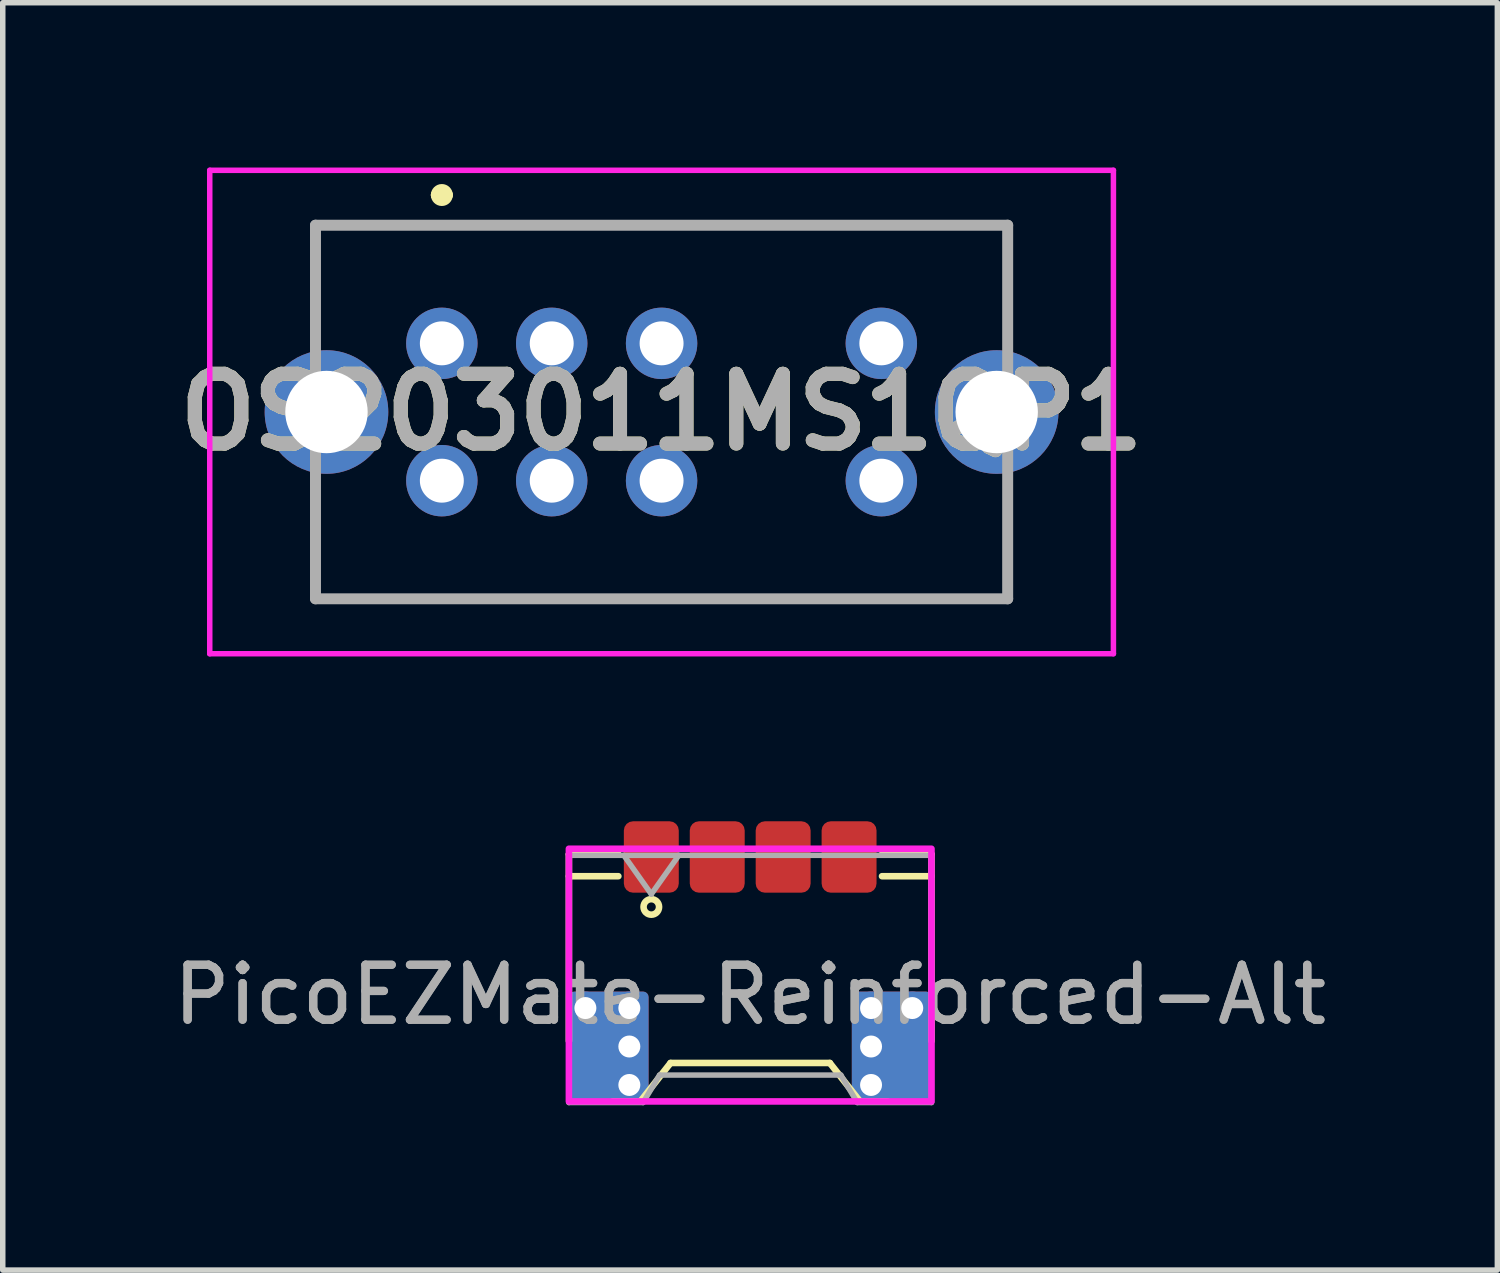
<source format=kicad_pcb>
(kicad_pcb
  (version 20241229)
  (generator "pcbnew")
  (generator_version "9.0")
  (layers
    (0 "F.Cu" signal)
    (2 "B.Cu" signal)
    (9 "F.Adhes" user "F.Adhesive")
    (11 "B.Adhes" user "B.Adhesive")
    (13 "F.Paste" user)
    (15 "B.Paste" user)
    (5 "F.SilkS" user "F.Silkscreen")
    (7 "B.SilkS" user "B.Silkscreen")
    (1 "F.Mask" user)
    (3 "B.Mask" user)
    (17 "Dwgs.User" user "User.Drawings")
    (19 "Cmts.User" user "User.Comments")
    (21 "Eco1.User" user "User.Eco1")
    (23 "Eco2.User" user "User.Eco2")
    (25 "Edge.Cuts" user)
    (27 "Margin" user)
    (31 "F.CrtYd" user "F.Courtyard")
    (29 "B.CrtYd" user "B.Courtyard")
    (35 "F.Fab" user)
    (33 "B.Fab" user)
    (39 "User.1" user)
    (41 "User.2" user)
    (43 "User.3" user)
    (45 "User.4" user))
  (footprint "PicoEZMate-Reinforced-Alt"
    (layer "F.Cu")
    (at 10.606 14.5)
    (property "Reference" "PicoEZMate-Reinforced-Alt" (at 0 0.557 0) (layer "F.Fab") (effects (font (size 1 1) (thickness 0.15))))
    (attr smd)
    (fp_line (start -3.3 -2) (end -3.3 1.4) (stroke (width 0.12) (type solid)) (layer "F.SilkS"))
    (fp_line (start -3.3 -2) (end -2.4 -2) (stroke (width 0.12) (type solid)) (layer "F.SilkS"))
    (fp_line (start -2.4 -1.6) (end -3.3 -1.6) (stroke (width 0.12) (type solid)) (layer "F.SilkS"))
    (fp_line (start -2 2.5) (end -2.5 2.5) (stroke (width 0.12) (type solid)) (layer "F.SilkS"))
    (fp_line (start -1.45 1.8) (end -2 2.5) (stroke (width 0.12) (type solid)) (layer "F.SilkS"))
    (fp_line (start 1.45 1.8) (end -1.45 1.8) (stroke (width 0.12) (type solid)) (layer "F.SilkS"))
    (fp_line (start 2 2.5) (end 1.45 1.8) (stroke (width 0.12) (type solid)) (layer "F.SilkS"))
    (fp_line (start 2 2.5) (end 2.5 2.5) (stroke (width 0.12) (type solid)) (layer "F.SilkS"))
    (fp_line (start 2.4 -2) (end 3.3 -2) (stroke (width 0.12) (type solid)) (layer "F.SilkS"))
    (fp_line (start 3.3 -2) (end 3.3 1.4) (stroke (width 0.12) (type solid)) (layer "F.SilkS"))
    (fp_line (start 3.3 -1.6) (end 2.4 -1.6) (stroke (width 0.12) (type solid)) (layer "F.SilkS"))
    (fp_circle (center -1.8 -1.041) (end -1.7 -1.141) (stroke (width 0.12) (type solid)) (fill no) (layer "F.SilkS"))
    (fp_rect (start -3.3 -2.1) (end 3.3 2.5) (stroke (width 0.12) (type solid)) (fill no) (layer "F.CrtYd"))
    (fp_line (start -3.3 -1.98) (end -3.3 2.52) (stroke (width 0.1) (type solid)) (layer "F.Fab"))
    (fp_line (start -3.3 -1.98) (end 3.3 -1.98) (stroke (width 0.1) (type solid)) (layer "F.Fab"))
    (fp_line (start -3.3 2.52) (end -1.95 2.52) (stroke (width 0.1) (type solid)) (layer "F.Fab"))
    (fp_line (start -2.3 -1.98) (end -1.8 -1.273) (stroke (width 0.1) (type solid)) (layer "F.Fab"))
    (fp_line (start -1.95 2.52) (end -1.65 2.02) (stroke (width 0.1) (type solid)) (layer "F.Fab"))
    (fp_line (start -1.8 -1.273) (end -1.3 -1.98) (stroke (width 0.1) (type solid)) (layer "F.Fab"))
    (fp_line (start -1.65 2.02) (end 1.65 2.02) (stroke (width 0.1) (type solid)) (layer "F.Fab"))
    (fp_line (start 1.65 2.02) (end 1.95 2.52) (stroke (width 0.1) (type solid)) (layer "F.Fab"))
    (fp_line (start 1.95 2.52) (end 3.3 2.52) (stroke (width 0.1) (type solid)) (layer "F.Fab"))
    (fp_line (start 3.3 -1.98) (end 3.3 2.52) (stroke (width 0.1) (type solid)) (layer "F.Fab"))
    (fp_text user "${REFERENCE}" (at -0.004 0.557 0) (layer "F.Fab") (effects (font (size 1 1) (thickness 0.15))))
    (pad "" smd roundrect (at -2.95 2) (size 0.7 1) (layers "F.Mask" "F.Paste") (roundrect_rratio 0.143))
    (pad "" smd roundrect (at -1.8 -2) (size 0.75 1.2) (layers "F.Mask" "F.Paste") (roundrect_rratio 0.167))
    (pad "" smd roundrect (at -0.6 -2) (size 0.75 1.2) (layers "F.Mask" "F.Paste") (roundrect_rratio 0.167))
    (pad "" smd roundrect (at 0.6 -2) (size 0.75 1.2) (layers "F.Mask" "F.Paste") (roundrect_rratio 0.167))
    (pad "" smd roundrect (at 1.8 -2) (size 0.75 1.2) (layers "F.Mask" "F.Paste") (roundrect_rratio 0.167))
    (pad "" smd roundrect (at 2.95 2) (size 0.7 1) (layers "F.Mask" "F.Paste") (roundrect_rratio 0.143))
    (pad "1" smd roundrect (at -1.8 -1.95) (size 1 1.3) (layers "F.Cu") (roundrect_rratio 0.167))
    (pad "2" smd roundrect (at -0.6 -1.95) (size 1 1.3) (layers "F.Cu") (roundrect_rratio 0.167))
    (pad "3" smd roundrect (at 0.6 -1.95) (size 1 1.3) (layers "F.Cu") (roundrect_rratio 0.167))
    (pad "4" smd roundrect (at 1.8 -1.95) (size 1 1.3) (layers "F.Cu") (roundrect_rratio 0.167))
    (pad "MP" thru_hole circle (at -3 0.8) (size 0.6 0.6) (drill 0.4) (layers "*.Cu"))
    (pad "MP" smd roundrect (at -2.575 1.5) (size 1.45 2) (layers "F.Cu") (roundrect_rratio 0.069))
    (pad "MP" smd roundrect (at -2.575 1.5) (size 1.45 2) (layers "B.Cu") (roundrect_rratio 0.069))
    (pad "MP" thru_hole circle (at -2.2 0.8) (size 0.6 0.6) (drill 0.4) (layers "*.Cu"))
    (pad "MP" thru_hole circle (at -2.2 1.5) (size 0.6 0.6) (drill 0.4) (layers "*.Cu"))
    (pad "MP" thru_hole circle (at -2.2 2.2) (size 0.6 0.6) (drill 0.4) (layers "*.Cu"))
    (pad "MP" thru_hole circle (at 2.2 0.8) (size 0.6 0.6) (drill 0.4) (layers "*.Cu"))
    (pad "MP" thru_hole circle (at 2.2 1.5) (size 0.6 0.6) (drill 0.4) (layers "*.Cu"))
    (pad "MP" thru_hole circle (at 2.2 2.2) (size 0.6 0.6) (drill 0.4) (layers "*.Cu"))
    (pad "MP" smd roundrect (at 2.575 1.5) (size 1.45 2) (layers "F.Cu") (roundrect_rratio 0.069))
    (pad "MP" smd roundrect (at 2.575 1.5) (size 1.45 2) (layers "B.Cu") (roundrect_rratio 0.069))
    (pad "MP" thru_hole circle (at 2.95 0.8) (size 0.6 0.6) (drill 0.4) (layers "*.Cu")))
  (footprint "OS203011MS1QP1"
    (layer "F.Cu")
    (at 4.993 3.2)
    (property "Reference" "OS203011MS1QP1" (at 4 1.25 0) (layer "F.SilkS") (effects (font (size 1.27 1.27) (thickness 0.254))))
    (attr through_hole)
    (fp_line (start -2.3 -2.15) (end 10 -2.15) (stroke (width 0.1) (type solid)) (layer "F.SilkS"))
    (fp_line (start -2.3 -0.75) (end -2.3 -2.15) (stroke (width 0.1) (type solid)) (layer "F.SilkS"))
    (fp_line (start -2.3 3.25) (end -2.3 4.65) (stroke (width 0.1) (type solid)) (layer "F.SilkS"))
    (fp_line (start -2.3 4.65) (end 10.3 4.65) (stroke (width 0.1) (type solid)) (layer "F.SilkS"))
    (fp_line (start -0.1 -2.7) (end -0.1 -2.7) (stroke (width 0.2) (type solid)) (layer "F.SilkS"))
    (fp_line (start 0.1 -2.7) (end 0.1 -2.7) (stroke (width 0.2) (type solid)) (layer "F.SilkS"))
    (fp_line (start 10 -2.15) (end 10.1 -2.15) (stroke (width 0.1) (type solid)) (layer "F.SilkS"))
    (fp_line (start 10.1 -2.15) (end 10.1 -2.15) (stroke (width 0.1) (type solid)) (layer "F.SilkS"))
    (fp_line (start 10.1 -2.15) (end 10.3 -2.15) (stroke (width 0.1) (type solid)) (layer "F.SilkS"))
    (fp_line (start 10.3 -2.15) (end 10.3 0) (stroke (width 0.1) (type solid)) (layer "F.SilkS"))
    (fp_line (start 10.3 4.65) (end 10.3 3.25) (stroke (width 0.1) (type solid)) (layer "F.SilkS"))
    (fp_arc (start -0.1 -2.7) (mid 0 -2.8) (end 0.1 -2.7) (stroke (width 0.2) (type solid)) (layer "F.SilkS"))
    (fp_arc (start 0.1 -2.7) (mid 0 -2.6) (end -0.1 -2.7) (stroke (width 0.2) (type solid)) (layer "F.SilkS"))
    (fp_line (start -4.225 -3.15) (end 12.225 -3.15) (stroke (width 0.1) (type solid)) (layer "F.CrtYd"))
    (fp_line (start -4.225 5.65) (end -4.225 -3.15) (stroke (width 0.1) (type solid)) (layer "F.CrtYd"))
    (fp_line (start 12.225 -3.15) (end 12.225 5.65) (stroke (width 0.1) (type solid)) (layer "F.CrtYd"))
    (fp_line (start 12.225 5.65) (end -4.225 5.65) (stroke (width 0.1) (type solid)) (layer "F.CrtYd"))
    (fp_line (start -2.3 -2.15) (end 10.3 -2.15) (stroke (width 0.2) (type solid)) (layer "F.Fab"))
    (fp_line (start -2.3 4.65) (end -2.3 -2.15) (stroke (width 0.2) (type solid)) (layer "F.Fab"))
    (fp_line (start 10.3 -2.15) (end 10.3 4.65) (stroke (width 0.2) (type solid)) (layer "F.Fab"))
    (fp_line (start 10.3 4.65) (end -2.3 4.65) (stroke (width 0.2) (type solid)) (layer "F.Fab"))
    (fp_text user "${REFERENCE}" (at 4 1.25 0) (layer "F.Fab") (effects (font (size 1.27 1.27) (thickness 0.254))))
    (pad "1" thru_hole circle (at 0 0) (size 1.3 1.3) (drill 0.8) (layers "*.Cu" "*.Mask"))
    (pad "2" thru_hole circle (at 2 0) (size 1.3 1.3) (drill 0.8) (layers "*.Cu" "*.Mask"))
    (pad "3" thru_hole circle (at 4 0) (size 1.3 1.3) (drill 0.8) (layers "*.Cu" "*.Mask"))
    (pad "4" thru_hole circle (at 8 0) (size 1.3 1.3) (drill 0.8) (layers "*.Cu" "*.Mask"))
    (pad "5" thru_hole circle (at 0 2.5) (size 1.3 1.3) (drill 0.8) (layers "*.Cu" "*.Mask"))
    (pad "6" thru_hole circle (at 2 2.5) (size 1.3 1.3) (drill 0.8) (layers "*.Cu" "*.Mask"))
    (pad "7" thru_hole circle (at 4 2.5) (size 1.3 1.3) (drill 0.8) (layers "*.Cu" "*.Mask"))
    (pad "8" thru_hole circle (at 8 2.5) (size 1.3 1.3) (drill 0.8) (layers "*.Cu" "*.Mask"))
    (pad "MH1" thru_hole circle (at -2.1 1.25) (size 2.25 2.25) (drill 1.5) (layers "*.Cu" "*.Mask"))
    (pad "MH2" thru_hole circle (at 10.1 1.25) (size 2.25 2.25) (drill 1.5) (layers "*.Cu" "*.Mask")))
  (gr_rect
    (start -3 -3)
    (end 24.207 20.07)
    (stroke (width 0.1) (type default))
    (fill no)
    (layer "Edge.Cuts")))
</source>
